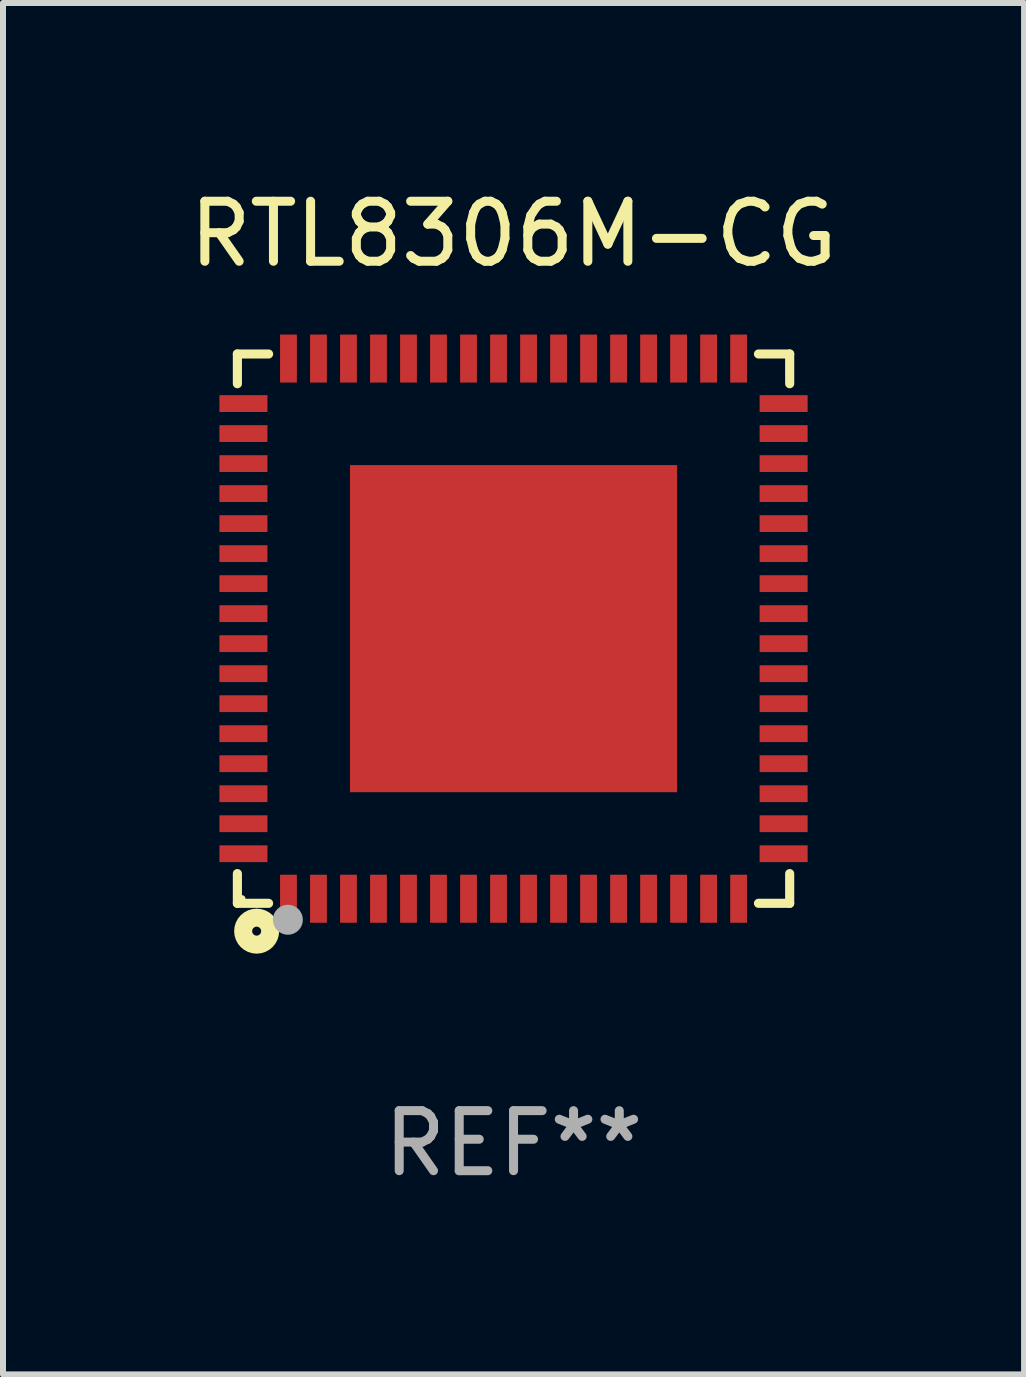
<source format=kicad_pcb>
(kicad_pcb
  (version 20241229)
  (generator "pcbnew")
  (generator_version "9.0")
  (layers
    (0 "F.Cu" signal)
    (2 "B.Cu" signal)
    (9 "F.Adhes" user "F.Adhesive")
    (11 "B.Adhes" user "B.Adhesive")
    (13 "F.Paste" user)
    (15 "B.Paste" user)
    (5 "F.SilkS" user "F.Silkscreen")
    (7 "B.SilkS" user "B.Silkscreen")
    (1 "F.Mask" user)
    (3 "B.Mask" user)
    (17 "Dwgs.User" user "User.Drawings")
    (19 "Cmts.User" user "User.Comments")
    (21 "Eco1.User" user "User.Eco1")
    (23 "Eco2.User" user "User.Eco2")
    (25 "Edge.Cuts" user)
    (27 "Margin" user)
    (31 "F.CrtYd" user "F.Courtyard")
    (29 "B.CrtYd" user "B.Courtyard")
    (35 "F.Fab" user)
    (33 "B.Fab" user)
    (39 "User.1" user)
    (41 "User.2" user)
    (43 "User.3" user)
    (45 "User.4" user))
  (footprint "RTL8306M-CG"
    (layer "F.Cu")
    (at 5.506 7.424)
    (property "Reference" "RTL8306M-CG" (at 0 -6.576 0) (layer "F.SilkS") (effects (font (size 1 1) (thickness 0.15))))
    (attr through_hole)
    (fp_line (start -4.601 -4.576) (end -4.081 -4.576) (stroke (width 0.152) (type solid)) (layer "F.SilkS"))
    (fp_line (start -4.601 -4.081) (end -4.601 -4.576) (stroke (width 0.152) (type solid)) (layer "F.SilkS"))
    (fp_line (start -4.601 4.081) (end -4.601 4.576) (stroke (width 0.152) (type solid)) (layer "F.SilkS"))
    (fp_line (start -4.601 4.576) (end -4.081 4.576) (stroke (width 0.152) (type solid)) (layer "F.SilkS"))
    (fp_line (start 4.601 -4.576) (end 4.081 -4.576) (stroke (width 0.152) (type solid)) (layer "F.SilkS"))
    (fp_line (start 4.601 -4.081) (end 4.601 -4.576) (stroke (width 0.152) (type solid)) (layer "F.SilkS"))
    (fp_line (start 4.601 4.081) (end 4.601 4.576) (stroke (width 0.152) (type solid)) (layer "F.SilkS"))
    (fp_line (start 4.601 4.576) (end 4.081 4.576) (stroke (width 0.152) (type solid)) (layer "F.SilkS"))
    (fp_circle (center -4.525 4.5) (end -4.495 4.5) (stroke (width 0.06) (type solid)) (fill no) (layer "F.SilkS"))
    (fp_circle (center -4.28 5.04) (end -4.205 5.04) (stroke (width 0.3) (type solid)) (fill no) (layer "F.SilkS"))
    (fp_circle (center -3.76 4.85) (end -3.635 4.85) (stroke (width 0.25) (type solid)) (fill no) (layer "F.Fab"))
    (fp_text user "REF**" (at 0 8.576 0) (layer "F.Fab") (effects (font (size 1 1) (thickness 0.15))))
    (pad "1" smd rect (at -3.75 4.5) (size 0.28 0.8) (layers "F.Cu" "F.Mask" "F.Paste"))
    (pad "2" smd rect (at -3.25 4.5) (size 0.28 0.8) (layers "F.Cu" "F.Mask" "F.Paste"))
    (pad "3" smd rect (at -2.75 4.5) (size 0.28 0.8) (layers "F.Cu" "F.Mask" "F.Paste"))
    (pad "4" smd rect (at -2.25 4.5) (size 0.28 0.8) (layers "F.Cu" "F.Mask" "F.Paste"))
    (pad "5" smd rect (at -1.75 4.5) (size 0.28 0.8) (layers "F.Cu" "F.Mask" "F.Paste"))
    (pad "6" smd rect (at -1.25 4.5) (size 0.28 0.8) (layers "F.Cu" "F.Mask" "F.Paste"))
    (pad "7" smd rect (at -0.75 4.5) (size 0.28 0.8) (layers "F.Cu" "F.Mask" "F.Paste"))
    (pad "8" smd rect (at -0.25 4.5) (size 0.28 0.8) (layers "F.Cu" "F.Mask" "F.Paste"))
    (pad "9" smd rect (at 0.25 4.5) (size 0.28 0.8) (layers "F.Cu" "F.Mask" "F.Paste"))
    (pad "10" smd rect (at 0.75 4.5) (size 0.28 0.8) (layers "F.Cu" "F.Mask" "F.Paste"))
    (pad "11" smd rect (at 1.25 4.5) (size 0.28 0.8) (layers "F.Cu" "F.Mask" "F.Paste"))
    (pad "12" smd rect (at 1.75 4.5) (size 0.28 0.8) (layers "F.Cu" "F.Mask" "F.Paste"))
    (pad "13" smd rect (at 2.25 4.5) (size 0.28 0.8) (layers "F.Cu" "F.Mask" "F.Paste"))
    (pad "14" smd rect (at 2.75 4.5) (size 0.28 0.8) (layers "F.Cu" "F.Mask" "F.Paste"))
    (pad "15" smd rect (at 3.25 4.5) (size 0.28 0.8) (layers "F.Cu" "F.Mask" "F.Paste"))
    (pad "16" smd rect (at 3.75 4.5) (size 0.28 0.8) (layers "F.Cu" "F.Mask" "F.Paste"))
    (pad "17" smd rect (at 4.5 3.75) (size 0.8 0.28) (layers "F.Cu" "F.Mask" "F.Paste"))
    (pad "18" smd rect (at 4.5 3.25) (size 0.8 0.28) (layers "F.Cu" "F.Mask" "F.Paste"))
    (pad "19" smd rect (at 4.5 2.75) (size 0.8 0.28) (layers "F.Cu" "F.Mask" "F.Paste"))
    (pad "20" smd rect (at 4.5 2.25) (size 0.8 0.28) (layers "F.Cu" "F.Mask" "F.Paste"))
    (pad "21" smd rect (at 4.5 1.75) (size 0.8 0.28) (layers "F.Cu" "F.Mask" "F.Paste"))
    (pad "22" smd rect (at 4.5 1.25) (size 0.8 0.28) (layers "F.Cu" "F.Mask" "F.Paste"))
    (pad "23" smd rect (at 4.5 0.75) (size 0.8 0.28) (layers "F.Cu" "F.Mask" "F.Paste"))
    (pad "24" smd rect (at 4.5 0.25) (size 0.8 0.28) (layers "F.Cu" "F.Mask" "F.Paste"))
    (pad "25" smd rect (at 4.5 -0.25) (size 0.8 0.28) (layers "F.Cu" "F.Mask" "F.Paste"))
    (pad "26" smd rect (at 4.5 -0.75) (size 0.8 0.28) (layers "F.Cu" "F.Mask" "F.Paste"))
    (pad "27" smd rect (at 4.5 -1.25) (size 0.8 0.28) (layers "F.Cu" "F.Mask" "F.Paste"))
    (pad "28" smd rect (at 4.5 -1.75) (size 0.8 0.28) (layers "F.Cu" "F.Mask" "F.Paste"))
    (pad "29" smd rect (at 4.5 -2.25) (size 0.8 0.28) (layers "F.Cu" "F.Mask" "F.Paste"))
    (pad "30" smd rect (at 4.5 -2.75) (size 0.8 0.28) (layers "F.Cu" "F.Mask" "F.Paste"))
    (pad "31" smd rect (at 4.5 -3.25) (size 0.8 0.28) (layers "F.Cu" "F.Mask" "F.Paste"))
    (pad "32" smd rect (at 4.5 -3.75) (size 0.8 0.28) (layers "F.Cu" "F.Mask" "F.Paste"))
    (pad "33" smd rect (at 3.75 -4.5) (size 0.28 0.8) (layers "F.Cu" "F.Mask" "F.Paste"))
    (pad "34" smd rect (at 3.25 -4.5) (size 0.28 0.8) (layers "F.Cu" "F.Mask" "F.Paste"))
    (pad "35" smd rect (at 2.75 -4.5) (size 0.28 0.8) (layers "F.Cu" "F.Mask" "F.Paste"))
    (pad "36" smd rect (at 2.25 -4.5) (size 0.28 0.8) (layers "F.Cu" "F.Mask" "F.Paste"))
    (pad "37" smd rect (at 1.75 -4.5) (size 0.28 0.8) (layers "F.Cu" "F.Mask" "F.Paste"))
    (pad "38" smd rect (at 1.25 -4.5) (size 0.28 0.8) (layers "F.Cu" "F.Mask" "F.Paste"))
    (pad "39" smd rect (at 0.75 -4.5) (size 0.28 0.8) (layers "F.Cu" "F.Mask" "F.Paste"))
    (pad "40" smd rect (at 0.25 -4.5) (size 0.28 0.8) (layers "F.Cu" "F.Mask" "F.Paste"))
    (pad "41" smd rect (at -0.25 -4.5) (size 0.28 0.8) (layers "F.Cu" "F.Mask" "F.Paste"))
    (pad "42" smd rect (at -0.75 -4.5) (size 0.28 0.8) (layers "F.Cu" "F.Mask" "F.Paste"))
    (pad "43" smd rect (at -1.25 -4.5) (size 0.28 0.8) (layers "F.Cu" "F.Mask" "F.Paste"))
    (pad "44" smd rect (at -1.75 -4.5) (size 0.28 0.8) (layers "F.Cu" "F.Mask" "F.Paste"))
    (pad "45" smd rect (at -2.25 -4.5) (size 0.28 0.8) (layers "F.Cu" "F.Mask" "F.Paste"))
    (pad "46" smd rect (at -2.75 -4.5) (size 0.28 0.8) (layers "F.Cu" "F.Mask" "F.Paste"))
    (pad "47" smd rect (at -3.25 -4.5) (size 0.28 0.8) (layers "F.Cu" "F.Mask" "F.Paste"))
    (pad "48" smd rect (at -3.75 -4.5) (size 0.28 0.8) (layers "F.Cu" "F.Mask" "F.Paste"))
    (pad "49" smd rect (at -4.5 -3.75) (size 0.8 0.28) (layers "F.Cu" "F.Mask" "F.Paste"))
    (pad "50" smd rect (at -4.5 -3.25) (size 0.8 0.28) (layers "F.Cu" "F.Mask" "F.Paste"))
    (pad "51" smd rect (at -4.5 -2.75) (size 0.8 0.28) (layers "F.Cu" "F.Mask" "F.Paste"))
    (pad "52" smd rect (at -4.5 -2.25) (size 0.8 0.28) (layers "F.Cu" "F.Mask" "F.Paste"))
    (pad "53" smd rect (at -4.5 -1.75) (size 0.8 0.28) (layers "F.Cu" "F.Mask" "F.Paste"))
    (pad "54" smd rect (at -4.5 -1.25) (size 0.8 0.28) (layers "F.Cu" "F.Mask" "F.Paste"))
    (pad "55" smd rect (at -4.5 -0.75) (size 0.8 0.28) (layers "F.Cu" "F.Mask" "F.Paste"))
    (pad "56" smd rect (at -4.5 -0.25) (size 0.8 0.28) (layers "F.Cu" "F.Mask" "F.Paste"))
    (pad "57" smd rect (at -4.5 0.25) (size 0.8 0.28) (layers "F.Cu" "F.Mask" "F.Paste"))
    (pad "58" smd rect (at -4.5 0.75) (size 0.8 0.28) (layers "F.Cu" "F.Mask" "F.Paste"))
    (pad "59" smd rect (at -4.5 1.25) (size 0.8 0.28) (layers "F.Cu" "F.Mask" "F.Paste"))
    (pad "60" smd rect (at -4.5 1.75) (size 0.8 0.28) (layers "F.Cu" "F.Mask" "F.Paste"))
    (pad "61" smd rect (at -4.5 2.25) (size 0.8 0.28) (layers "F.Cu" "F.Mask" "F.Paste"))
    (pad "62" smd rect (at -4.5 2.75) (size 0.8 0.28) (layers "F.Cu" "F.Mask" "F.Paste"))
    (pad "63" smd rect (at -4.5 3.25) (size 0.8 0.28) (layers "F.Cu" "F.Mask" "F.Paste"))
    (pad "64" smd rect (at -4.5 3.75) (size 0.8 0.28) (layers "F.Cu" "F.Mask" "F.Paste"))
    (pad "65" smd rect (at 0 0) (size 5.45 5.45) (layers "F.Cu" "F.Mask" "F.Paste")))
  (gr_rect
    (start -3 -3)
    (end 14.012 19.849)
    (stroke (width 0.1) (type default))
    (fill no)
    (layer "Edge.Cuts")))
</source>
